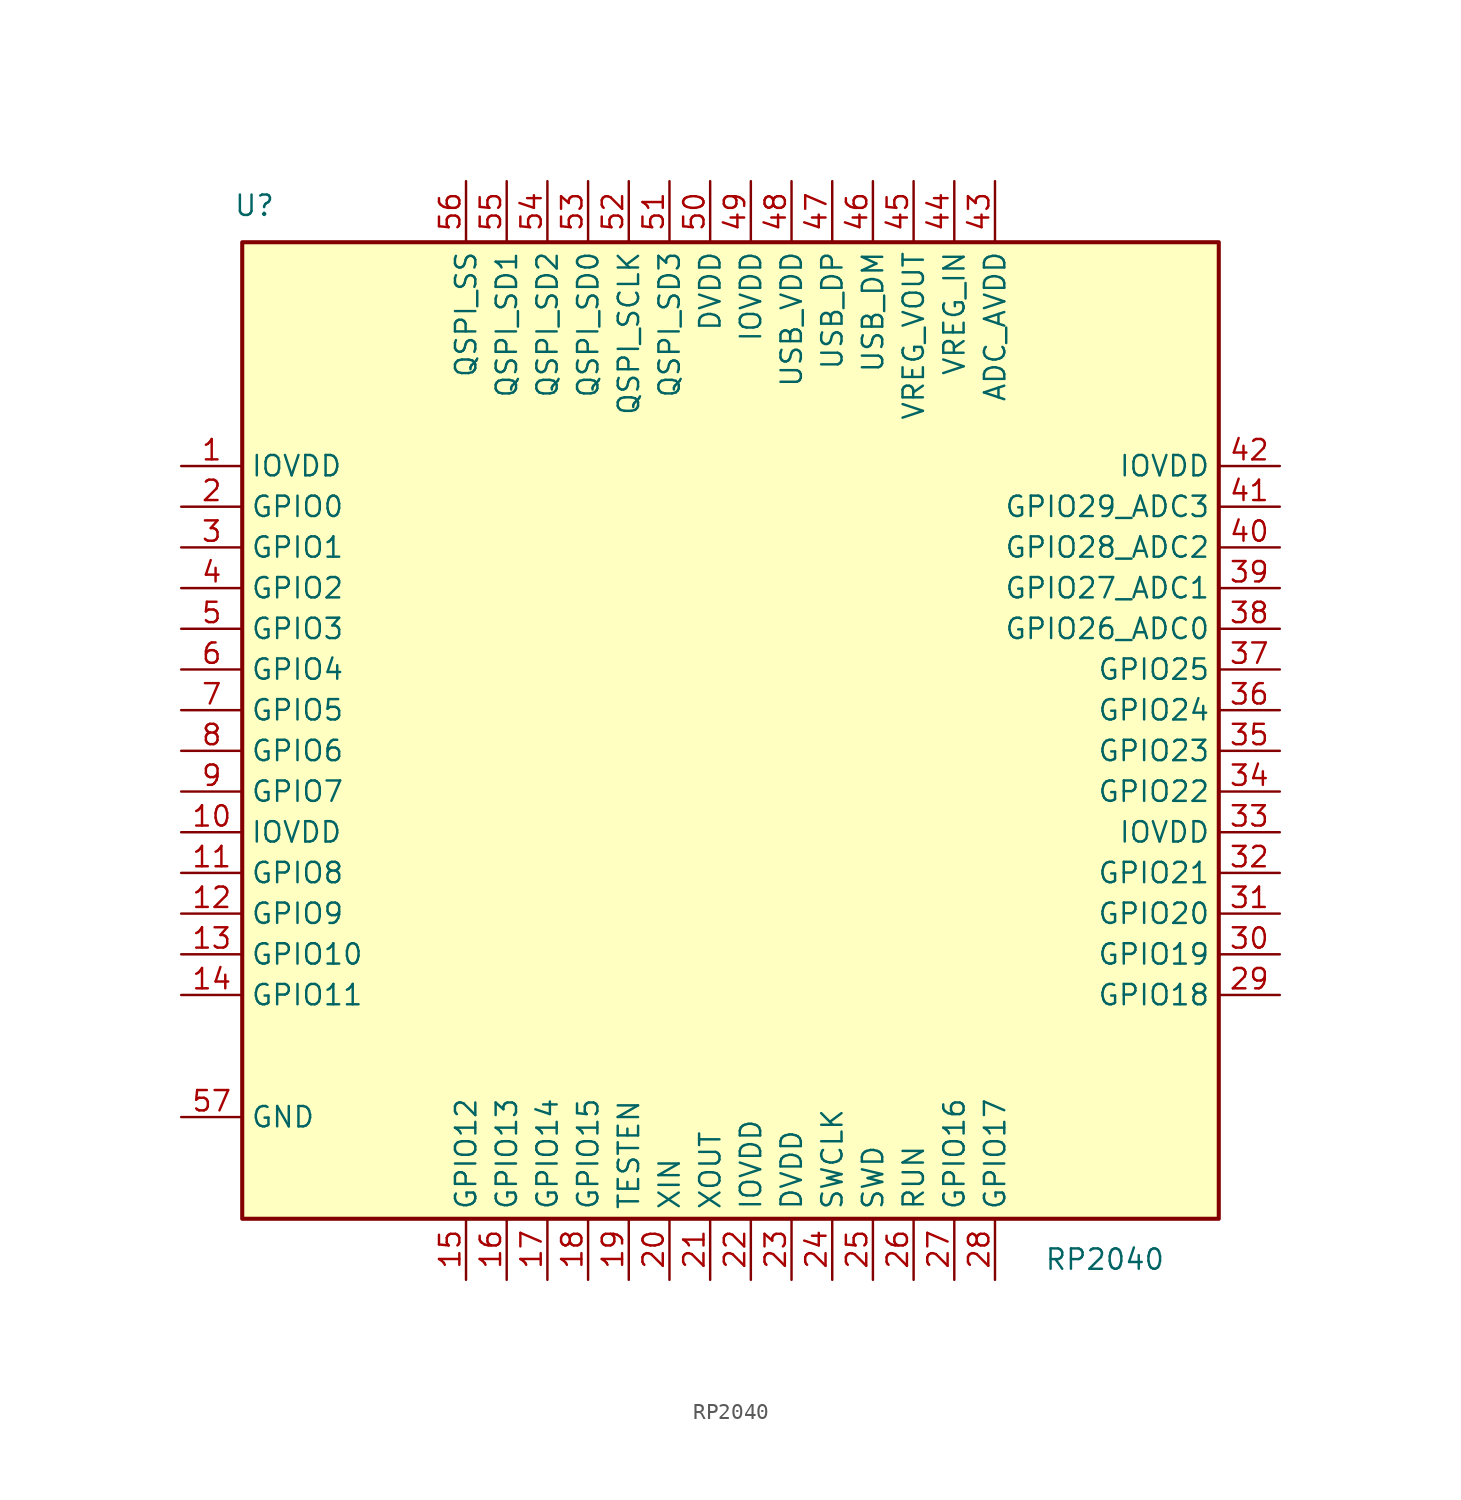
<source format=kicad_sym>
(kicad_symbol_lib
  (version 20231120)
  (generator "kicad_symbol_editor")
  (generator_version "8.0")
  (symbol "RP2040"
    (property "Reference" "U"
      (at -29.718 32.766 0)
      (effects (font (size 1.27 1.27))))
    (property "Value" "RP2040"
      (at 23.368 -33.02 0)
      (effects (font (size 1.27 1.27))))
    (symbol "RP2040_0_1"
      (rectangle (start -30.48 30.48) (end 30.48 -30.48) (stroke (width 0.254) (type default)) (fill (type background))))
    (symbol "RP2040_1_1"
      (pin power_in line (at -34.29 16.51 0) (length 3.81) (name "IOVDD" (effects (font (size 1.27 1.27)))) (number "1" (effects (font (size 1.27 1.27)))))
      (pin power_in line (at -34.29 -6.35 0) (length 3.81) (name "IOVDD" (effects (font (size 1.27 1.27)))) (number "10" (effects (font (size 1.27 1.27)))))
      (pin bidirectional line (at -34.29 -8.89 0) (length 3.81) (name "GPIO8" (effects (font (size 1.27 1.27)))) (number "11" (effects (font (size 1.27 1.27)))))
      (pin bidirectional line (at -34.29 -11.43 0) (length 3.81) (name "GPIO9" (effects (font (size 1.27 1.27)))) (number "12" (effects (font (size 1.27 1.27)))))
      (pin bidirectional line (at -34.29 -13.97 0) (length 3.81) (name "GPIO10" (effects (font (size 1.27 1.27)))) (number "13" (effects (font (size 1.27 1.27)))))
      (pin bidirectional line (at -34.29 -16.51 0) (length 3.81) (name "GPIO11" (effects (font (size 1.27 1.27)))) (number "14" (effects (font (size 1.27 1.27)))))
      (pin bidirectional line (at -16.51 -34.29 90) (length 3.81) (name "GPIO12" (effects (font (size 1.27 1.27)))) (number "15" (effects (font (size 1.27 1.27)))))
      (pin bidirectional line (at -13.97 -34.29 90) (length 3.81) (name "GPIO13" (effects (font (size 1.27 1.27)))) (number "16" (effects (font (size 1.27 1.27)))))
      (pin bidirectional line (at -11.43 -34.29 90) (length 3.81) (name "GPIO14" (effects (font (size 1.27 1.27)))) (number "17" (effects (font (size 1.27 1.27)))))
      (pin bidirectional line (at -8.89 -34.29 90) (length 3.81) (name "GPIO15" (effects (font (size 1.27 1.27)))) (number "18" (effects (font (size 1.27 1.27)))))
      (pin input line (at -6.35 -34.29 90) (length 3.81) (name "TESTEN" (effects (font (size 1.27 1.27)))) (number "19" (effects (font (size 1.27 1.27)))))
      (pin bidirectional line (at -34.29 13.97 0) (length 3.81) (name "GPIO0" (effects (font (size 1.27 1.27)))) (number "2" (effects (font (size 1.27 1.27)))))
      (pin input line (at -3.81 -34.29 90) (length 3.81) (name "XIN" (effects (font (size 1.27 1.27)))) (number "20" (effects (font (size 1.27 1.27)))))
      (pin output line (at -1.27 -34.29 90) (length 3.81) (name "XOUT" (effects (font (size 1.27 1.27)))) (number "21" (effects (font (size 1.27 1.27)))))
      (pin power_in line (at 1.27 -34.29 90) (length 3.81) (name "IOVDD" (effects (font (size 1.27 1.27)))) (number "22" (effects (font (size 1.27 1.27)))))
      (pin power_in line (at 3.81 -34.29 90) (length 3.81) (name "DVDD" (effects (font (size 1.27 1.27)))) (number "23" (effects (font (size 1.27 1.27)))))
      (pin input line (at 6.35 -34.29 90) (length 3.81) (name "SWCLK" (effects (font (size 1.27 1.27)))) (number "24" (effects (font (size 1.27 1.27)))))
      (pin bidirectional line (at 8.89 -34.29 90) (length 3.81) (name "SWD" (effects (font (size 1.27 1.27)))) (number "25" (effects (font (size 1.27 1.27)))))
      (pin input line (at 11.43 -34.29 90) (length 3.81) (name "RUN" (effects (font (size 1.27 1.27)))) (number "26" (effects (font (size 1.27 1.27)))))
      (pin bidirectional line (at 13.97 -34.29 90) (length 3.81) (name "GPIO16" (effects (font (size 1.27 1.27)))) (number "27" (effects (font (size 1.27 1.27)))))
      (pin bidirectional line (at 16.51 -34.29 90) (length 3.81) (name "GPIO17" (effects (font (size 1.27 1.27)))) (number "28" (effects (font (size 1.27 1.27)))))
      (pin bidirectional line (at 34.29 -16.51 180) (length 3.81) (name "GPIO18" (effects (font (size 1.27 1.27)))) (number "29" (effects (font (size 1.27 1.27)))))
      (pin bidirectional line (at -34.29 11.43 0) (length 3.81) (name "GPIO1" (effects (font (size 1.27 1.27)))) (number "3" (effects (font (size 1.27 1.27)))))
      (pin bidirectional line (at 34.29 -13.97 180) (length 3.81) (name "GPIO19" (effects (font (size 1.27 1.27)))) (number "30" (effects (font (size 1.27 1.27)))))
      (pin bidirectional line (at 34.29 -11.43 180) (length 3.81) (name "GPIO20" (effects (font (size 1.27 1.27)))) (number "31" (effects (font (size 1.27 1.27)))))
      (pin bidirectional line (at 34.29 -8.89 180) (length 3.81) (name "GPIO21" (effects (font (size 1.27 1.27)))) (number "32" (effects (font (size 1.27 1.27)))))
      (pin power_in line (at 34.29 -6.35 180) (length 3.81) (name "IOVDD" (effects (font (size 1.27 1.27)))) (number "33" (effects (font (size 1.27 1.27)))))
      (pin bidirectional line (at 34.29 -3.81 180) (length 3.81) (name "GPIO22" (effects (font (size 1.27 1.27)))) (number "34" (effects (font (size 1.27 1.27)))))
      (pin bidirectional line (at 34.29 -1.27 180) (length 3.81) (name "GPIO23" (effects (font (size 1.27 1.27)))) (number "35" (effects (font (size 1.27 1.27)))))
      (pin bidirectional line (at 34.29 1.27 180) (length 3.81) (name "GPIO24" (effects (font (size 1.27 1.27)))) (number "36" (effects (font (size 1.27 1.27)))))
      (pin bidirectional line (at 34.29 3.81 180) (length 3.81) (name "GPIO25" (effects (font (size 1.27 1.27)))) (number "37" (effects (font (size 1.27 1.27)))))
      (pin bidirectional line (at 34.29 6.35 180) (length 3.81) (name "GPIO26_ADC0" (effects (font (size 1.27 1.27)))) (number "38" (effects (font (size 1.27 1.27)))))
      (pin bidirectional line (at 34.29 8.89 180) (length 3.81) (name "GPIO27_ADC1" (effects (font (size 1.27 1.27)))) (number "39" (effects (font (size 1.27 1.27)))))
      (pin bidirectional line (at -34.29 8.89 0) (length 3.81) (name "GPIO2" (effects (font (size 1.27 1.27)))) (number "4" (effects (font (size 1.27 1.27)))))
      (pin bidirectional line (at 34.29 11.43 180) (length 3.81) (name "GPIO28_ADC2" (effects (font (size 1.27 1.27)))) (number "40" (effects (font (size 1.27 1.27)))))
      (pin bidirectional line (at 34.29 13.97 180) (length 3.81) (name "GPIO29_ADC3" (effects (font (size 1.27 1.27)))) (number "41" (effects (font (size 1.27 1.27)))))
      (pin power_in line (at 34.29 16.51 180) (length 3.81) (name "IOVDD" (effects (font (size 1.27 1.27)))) (number "42" (effects (font (size 1.27 1.27)))))
      (pin power_in line (at 16.51 34.29 270) (length 3.81) (name "ADC_AVDD" (effects (font (size 1.27 1.27)))) (number "43" (effects (font (size 1.27 1.27)))))
      (pin power_in line (at 13.97 34.29 270) (length 3.81) (name "VREG_IN" (effects (font (size 1.27 1.27)))) (number "44" (effects (font (size 1.27 1.27)))))
      (pin power_out line (at 11.43 34.29 270) (length 3.81) (name "VREG_VOUT" (effects (font (size 1.27 1.27)))) (number "45" (effects (font (size 1.27 1.27)))))
      (pin bidirectional line (at 8.89 34.29 270) (length 3.81) (name "USB_DM" (effects (font (size 1.27 1.27)))) (number "46" (effects (font (size 1.27 1.27)))))
      (pin bidirectional line (at 6.35 34.29 270) (length 3.81) (name "USB_DP" (effects (font (size 1.27 1.27)))) (number "47" (effects (font (size 1.27 1.27)))))
      (pin power_in line (at 3.81 34.29 270) (length 3.81) (name "USB_VDD" (effects (font (size 1.27 1.27)))) (number "48" (effects (font (size 1.27 1.27)))))
      (pin power_in line (at 1.27 34.29 270) (length 3.81) (name "IOVDD" (effects (font (size 1.27 1.27)))) (number "49" (effects (font (size 1.27 1.27)))))
      (pin bidirectional line (at -34.29 6.35 0) (length 3.81) (name "GPIO3" (effects (font (size 1.27 1.27)))) (number "5" (effects (font (size 1.27 1.27)))))
      (pin power_in line (at -1.27 34.29 270) (length 3.81) (name "DVDD" (effects (font (size 1.27 1.27)))) (number "50" (effects (font (size 1.27 1.27)))))
      (pin bidirectional line (at -3.81 34.29 270) (length 3.81) (name "QSPI_SD3" (effects (font (size 1.27 1.27)))) (number "51" (effects (font (size 1.27 1.27)))))
      (pin output line (at -6.35 34.29 270) (length 3.81) (name "QSPI_SCLK" (effects (font (size 1.27 1.27)))) (number "52" (effects (font (size 1.27 1.27)))))
      (pin bidirectional line (at -8.89 34.29 270) (length 3.81) (name "QSPI_SD0" (effects (font (size 1.27 1.27)))) (number "53" (effects (font (size 1.27 1.27)))))
      (pin bidirectional line (at -11.43 34.29 270) (length 3.81) (name "QSPI_SD2" (effects (font (size 1.27 1.27)))) (number "54" (effects (font (size 1.27 1.27)))))
      (pin bidirectional line (at -13.97 34.29 270) (length 3.81) (name "QSPI_SD1" (effects (font (size 1.27 1.27)))) (number "55" (effects (font (size 1.27 1.27)))))
      (pin bidirectional line (at -16.51 34.29 270) (length 3.81) (name "QSPI_SS" (effects (font (size 1.27 1.27)))) (number "56" (effects (font (size 1.27 1.27)))))
      (pin power_in line (at -34.29 -24.13 0) (length 3.81) (name "GND" (effects (font (size 1.27 1.27)))) (number "57" (effects (font (size 1.27 1.27)))))
      (pin bidirectional line (at -34.29 3.81 0) (length 3.81) (name "GPIO4" (effects (font (size 1.27 1.27)))) (number "6" (effects (font (size 1.27 1.27)))))
      (pin bidirectional line (at -34.29 1.27 0) (length 3.81) (name "GPIO5" (effects (font (size 1.27 1.27)))) (number "7" (effects (font (size 1.27 1.27)))))
      (pin bidirectional line (at -34.29 -1.27 0) (length 3.81) (name "GPIO6" (effects (font (size 1.27 1.27)))) (number "8" (effects (font (size 1.27 1.27)))))
      (pin bidirectional line (at -34.29 -3.81 0) (length 3.81) (name "GPIO7" (effects (font (size 1.27 1.27)))) (number "9" (effects (font (size 1.27 1.27))))))))
</source>
